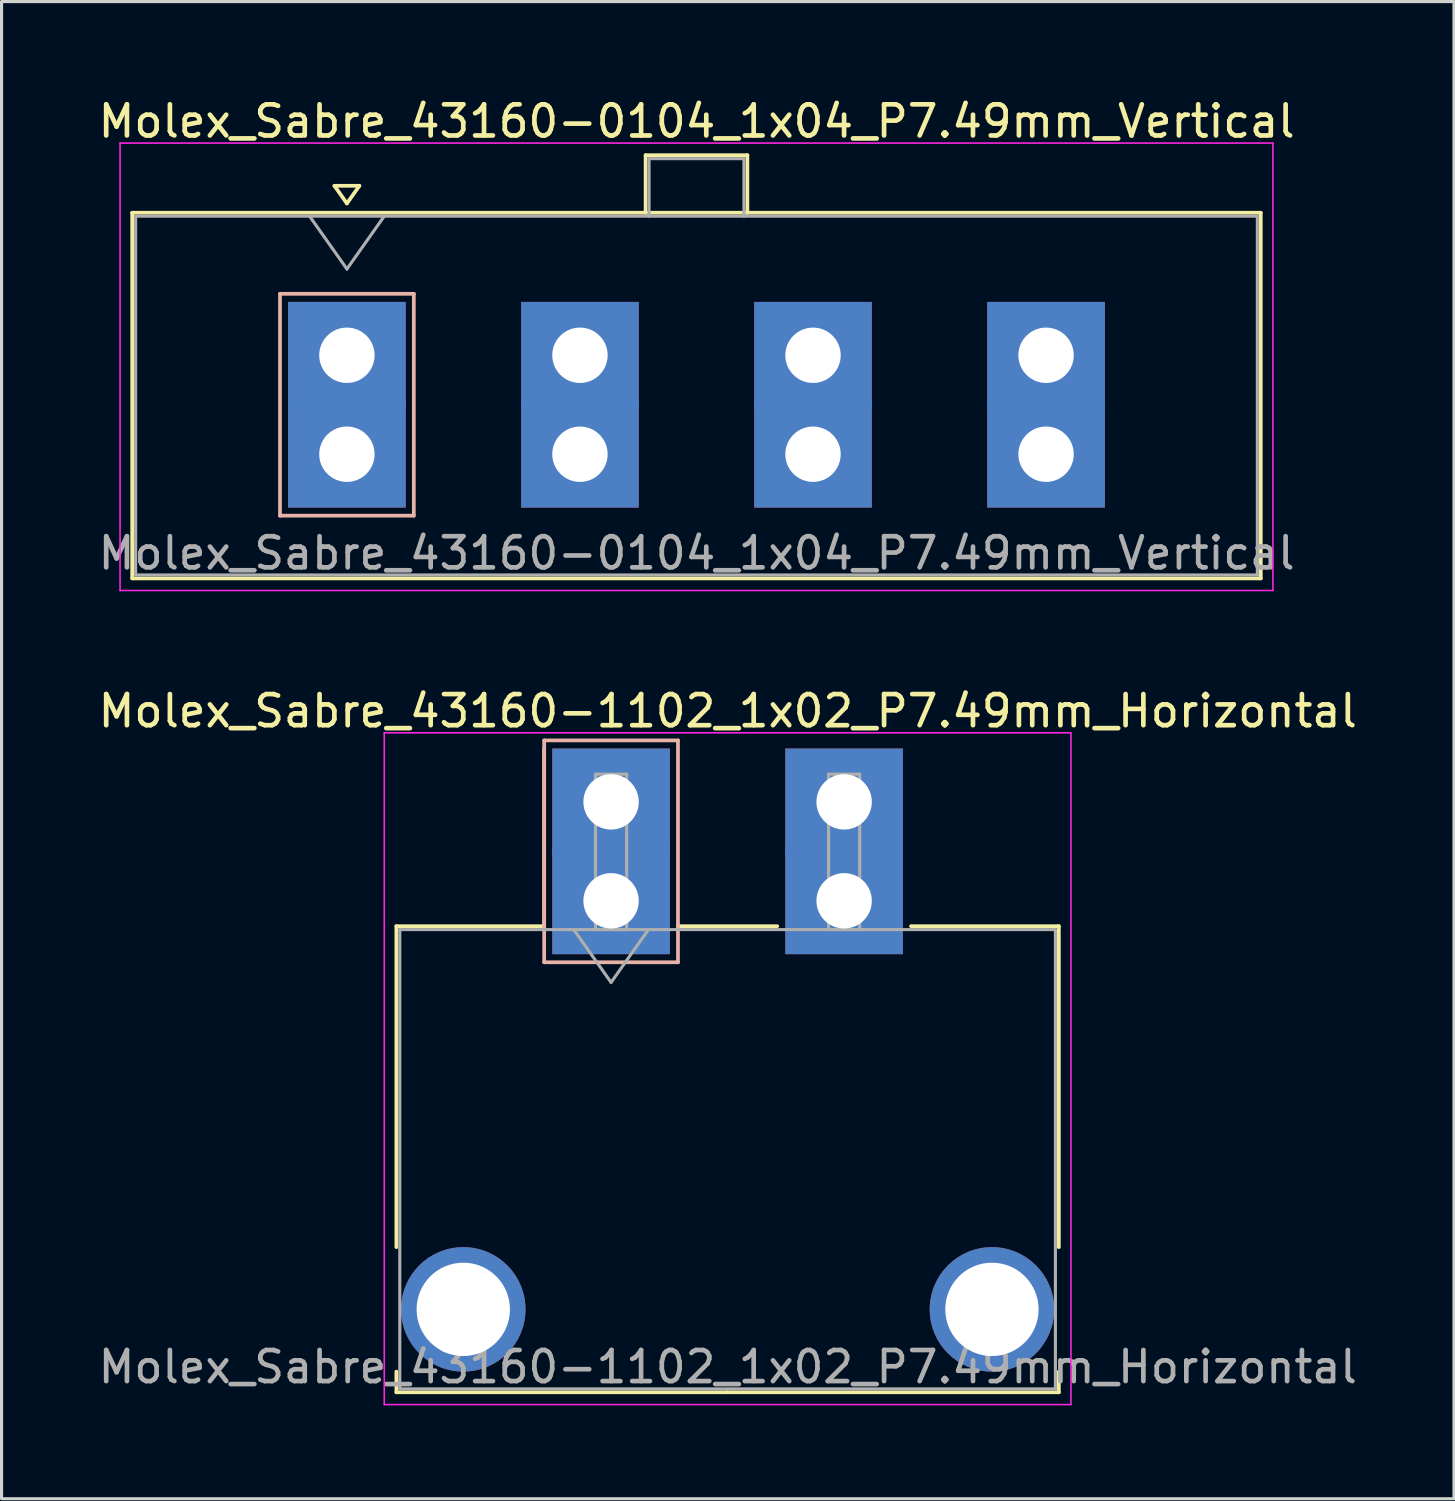
<source format=kicad_pcb>
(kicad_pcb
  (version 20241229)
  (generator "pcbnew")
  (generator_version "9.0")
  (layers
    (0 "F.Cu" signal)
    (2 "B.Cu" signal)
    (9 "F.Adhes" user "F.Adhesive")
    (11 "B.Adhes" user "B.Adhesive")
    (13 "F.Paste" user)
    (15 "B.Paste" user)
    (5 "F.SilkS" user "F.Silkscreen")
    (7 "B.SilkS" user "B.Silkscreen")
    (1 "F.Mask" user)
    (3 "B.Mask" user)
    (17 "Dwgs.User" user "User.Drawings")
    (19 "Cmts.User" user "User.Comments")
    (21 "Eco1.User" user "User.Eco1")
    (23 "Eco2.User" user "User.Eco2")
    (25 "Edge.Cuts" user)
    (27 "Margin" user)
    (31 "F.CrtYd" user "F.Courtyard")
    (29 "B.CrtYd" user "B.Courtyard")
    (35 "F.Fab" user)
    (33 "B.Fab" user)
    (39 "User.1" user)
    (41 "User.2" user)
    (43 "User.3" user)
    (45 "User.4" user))
  (footprint "Molex_Sabre_43160-1102_1x02_P7.49mm_Horizontal"
    (layer "F.Cu")
    (at 16.589 25.901)
    (property "Reference" "Molex_Sabre_43160-1102_1x02_P7.49mm_Horizontal" (at 3.75 -6.1 0) (layer "F.SilkS") (effects (font (size 1 1) (thickness 0.15))))
    (attr through_hole)
    (fp_line (start -6.9 0.815) (end -6.9 11.13) (stroke (width 0.12) (type solid)) (layer "F.SilkS"))
    (fp_line (start -6.9 15.13) (end -6.9 15.795) (stroke (width 0.12) (type solid)) (layer "F.SilkS"))
    (fp_line (start -6.9 15.795) (end 3.745 15.795) (stroke (width 0.12) (type solid)) (layer "F.SilkS"))
    (fp_line (start -2.15 0.815) (end -6.9 0.815) (stroke (width 0.12) (type solid)) (layer "F.SilkS"))
    (fp_line (start -2.15 0.815) (end -2.15 -4.895) (stroke (width 0.12) (type solid)) (layer "F.SilkS"))
    (fp_line (start 2.15 0.815) (end 5.34 0.815) (stroke (width 0.12) (type solid)) (layer "F.SilkS"))
    (fp_line (start 9.64 0.815) (end 14.39 0.815) (stroke (width 0.12) (type solid)) (layer "F.SilkS"))
    (fp_line (start 14.39 0.815) (end 14.39 11.13) (stroke (width 0.12) (type solid)) (layer "F.SilkS"))
    (fp_line (start 14.39 15.13) (end 14.39 15.795) (stroke (width 0.12) (type solid)) (layer "F.SilkS"))
    (fp_line (start 14.39 15.795) (end 3.745 15.795) (stroke (width 0.12) (type solid)) (layer "F.SilkS"))
    (fp_line (start -2.15 -5.155) (end -2.15 1.975) (stroke (width 0.12) (type solid)) (layer "B.SilkS"))
    (fp_line (start -2.15 1.975) (end 2.15 1.975) (stroke (width 0.12) (type solid)) (layer "B.SilkS"))
    (fp_line (start 2.15 -5.155) (end -2.15 -5.155) (stroke (width 0.12) (type solid)) (layer "B.SilkS"))
    (fp_line (start 2.15 1.975) (end 2.15 -5.155) (stroke (width 0.12) (type solid)) (layer "B.SilkS"))
    (fp_line (start -7.29 -5.4) (end -7.29 16.19) (stroke (width 0.05) (type solid)) (layer "F.CrtYd"))
    (fp_line (start -7.29 16.19) (end 14.78 16.19) (stroke (width 0.05) (type solid)) (layer "F.CrtYd"))
    (fp_line (start 14.78 -5.4) (end -7.29 -5.4) (stroke (width 0.05) (type solid)) (layer "F.CrtYd"))
    (fp_line (start 14.78 16.19) (end 14.78 -5.4) (stroke (width 0.05) (type solid)) (layer "F.CrtYd"))
    (fp_line (start -6.79 0.925) (end -6.79 15.685) (stroke (width 0.1) (type solid)) (layer "F.Fab"))
    (fp_line (start -6.79 15.685) (end 14.28 15.685) (stroke (width 0.1) (type solid)) (layer "F.Fab"))
    (fp_line (start -1.2 0.925) (end 0 2.622) (stroke (width 0.1) (type solid)) (layer "F.Fab"))
    (fp_line (start -0.5 -4.07) (end 0.5 -4.07) (stroke (width 0.1) (type solid)) (layer "F.Fab"))
    (fp_line (start -0.5 0.925) (end -0.5 -4.07) (stroke (width 0.1) (type solid)) (layer "F.Fab"))
    (fp_line (start 0 2.622) (end 1.2 0.925) (stroke (width 0.1) (type solid)) (layer "F.Fab"))
    (fp_line (start 0.5 -4.07) (end 0.5 0.925) (stroke (width 0.1) (type solid)) (layer "F.Fab"))
    (fp_line (start 0.5 0.925) (end -0.5 0.925) (stroke (width 0.1) (type solid)) (layer "F.Fab"))
    (fp_line (start 6.99 -4.07) (end 7.99 -4.07) (stroke (width 0.1) (type solid)) (layer "F.Fab"))
    (fp_line (start 6.99 0.925) (end 6.99 -4.07) (stroke (width 0.1) (type solid)) (layer "F.Fab"))
    (fp_line (start 7.99 -4.07) (end 7.99 0.925) (stroke (width 0.1) (type solid)) (layer "F.Fab"))
    (fp_line (start 7.99 0.925) (end 6.99 0.925) (stroke (width 0.1) (type solid)) (layer "F.Fab"))
    (fp_line (start 14.28 0.925) (end -6.79 0.925) (stroke (width 0.1) (type solid)) (layer "F.Fab"))
    (fp_line (start 14.28 15.685) (end 14.28 0.925) (stroke (width 0.1) (type solid)) (layer "F.Fab"))
    (fp_text user "${REFERENCE}" (at 3.75 14.98 0) (layer "F.Fab") (effects (font (size 1 1) (thickness 0.15))))
    (pad "" thru_hole circle (at -4.75 13.13) (size 4 4) (drill 3) (layers "*.Cu" "*.Mask"))
    (pad "" thru_hole circle (at 12.24 13.13) (size 4 4) (drill 3) (layers "*.Cu" "*.Mask"))
    (pad "1" thru_hole rect (at 0 -3.18) (size 3.78 3.43) (drill 1.78) (layers "*.Cu" "*.Mask"))
    (pad "1" thru_hole rect (at 0 0) (size 3.78 3.43) (drill 1.78) (layers "*.Cu" "*.Mask"))
    (pad "2" thru_hole rect (at 7.49 -3.18) (size 3.78 3.43) (drill 1.78) (layers "*.Cu" "*.Mask"))
    (pad "2" thru_hole rect (at 7.49 0) (size 3.78 3.43) (drill 1.78) (layers "*.Cu" "*.Mask")))
  (footprint "Molex_Sabre_43160-0104_1x04_P7.49mm_Vertical"
    (layer "F.Cu")
    (at 8.099 11.548)
    (property "Reference" "Molex_Sabre_43160-0104_1x04_P7.49mm_Vertical" (at 11.24 -10.7 0) (layer "F.SilkS") (effects (font (size 1 1) (thickness 0.15))))
    (attr through_hole)
    (fp_line (start -6.9 -7.76) (end -6.9 3.99) (stroke (width 0.12) (type solid)) (layer "F.SilkS"))
    (fp_line (start -6.9 3.99) (end 29.37 3.99) (stroke (width 0.12) (type solid)) (layer "F.SilkS"))
    (fp_line (start -0.4 -8.626) (end 0 -8.06) (stroke (width 0.12) (type solid)) (layer "F.SilkS"))
    (fp_line (start 0 -8.06) (end 0.4 -8.626) (stroke (width 0.12) (type solid)) (layer "F.SilkS"))
    (fp_line (start 0.4 -8.626) (end -0.4 -8.626) (stroke (width 0.12) (type solid)) (layer "F.SilkS"))
    (fp_line (start 9.6 -9.61) (end 12.87 -9.61) (stroke (width 0.12) (type solid)) (layer "F.SilkS"))
    (fp_line (start 9.6 -7.76) (end 9.6 -9.61) (stroke (width 0.12) (type solid)) (layer "F.SilkS"))
    (fp_line (start 12.87 -9.61) (end 12.87 -7.76) (stroke (width 0.12) (type solid)) (layer "F.SilkS"))
    (fp_line (start 29.37 -7.76) (end -6.9 -7.76) (stroke (width 0.12) (type solid)) (layer "F.SilkS"))
    (fp_line (start 29.37 3.99) (end 29.37 -7.76) (stroke (width 0.12) (type solid)) (layer "F.SilkS"))
    (fp_line (start -2.15 -5.155) (end -2.15 1.975) (stroke (width 0.12) (type solid)) (layer "B.SilkS"))
    (fp_line (start -2.15 1.975) (end 2.15 1.975) (stroke (width 0.12) (type solid)) (layer "B.SilkS"))
    (fp_line (start 2.15 -5.155) (end -2.15 -5.155) (stroke (width 0.12) (type solid)) (layer "B.SilkS"))
    (fp_line (start 2.15 1.975) (end 2.15 -5.155) (stroke (width 0.12) (type solid)) (layer "B.SilkS"))
    (fp_line (start -7.29 -10) (end -7.29 4.38) (stroke (width 0.05) (type solid)) (layer "F.CrtYd"))
    (fp_line (start -7.29 4.38) (end 29.76 4.38) (stroke (width 0.05) (type solid)) (layer "F.CrtYd"))
    (fp_line (start 29.76 -10) (end -7.29 -10) (stroke (width 0.05) (type solid)) (layer "F.CrtYd"))
    (fp_line (start 29.76 4.38) (end 29.76 -10) (stroke (width 0.05) (type solid)) (layer "F.CrtYd"))
    (fp_line (start -6.79 -7.65) (end -6.79 3.88) (stroke (width 0.1) (type solid)) (layer "F.Fab"))
    (fp_line (start -6.79 3.88) (end 29.26 3.88) (stroke (width 0.1) (type solid)) (layer "F.Fab"))
    (fp_line (start -1.2 -7.65) (end 0 -5.953) (stroke (width 0.1) (type solid)) (layer "F.Fab"))
    (fp_line (start 0 -5.953) (end 1.2 -7.65) (stroke (width 0.1) (type solid)) (layer "F.Fab"))
    (fp_line (start 9.71 -9.5) (end 12.76 -9.5) (stroke (width 0.1) (type solid)) (layer "F.Fab"))
    (fp_line (start 9.71 -7.65) (end 9.71 -9.5) (stroke (width 0.1) (type solid)) (layer "F.Fab"))
    (fp_line (start 12.76 -9.5) (end 12.76 -7.65) (stroke (width 0.1) (type solid)) (layer "F.Fab"))
    (fp_line (start 29.26 -7.65) (end -6.79 -7.65) (stroke (width 0.1) (type solid)) (layer "F.Fab"))
    (fp_line (start 29.26 3.88) (end 29.26 -7.65) (stroke (width 0.1) (type solid)) (layer "F.Fab"))
    (fp_text user "${REFERENCE}" (at 11.24 3.18 0) (layer "F.Fab") (effects (font (size 1 1) (thickness 0.15))))
    (pad "1" thru_hole rect (at 0 -3.18) (size 3.78 3.43) (drill 1.78) (layers "*.Cu" "*.Mask"))
    (pad "1" thru_hole rect (at 0 0) (size 3.78 3.43) (drill 1.78) (layers "*.Cu" "*.Mask"))
    (pad "2" thru_hole rect (at 7.49 -3.18) (size 3.78 3.43) (drill 1.78) (layers "*.Cu" "*.Mask"))
    (pad "2" thru_hole rect (at 7.49 0) (size 3.78 3.43) (drill 1.78) (layers "*.Cu" "*.Mask"))
    (pad "3" thru_hole rect (at 14.98 -3.18) (size 3.78 3.43) (drill 1.78) (layers "*.Cu" "*.Mask"))
    (pad "3" thru_hole rect (at 14.98 0) (size 3.78 3.43) (drill 1.78) (layers "*.Cu" "*.Mask"))
    (pad "4" thru_hole rect (at 22.47 -3.18) (size 3.78 3.43) (drill 1.78) (layers "*.Cu" "*.Mask"))
    (pad "4" thru_hole rect (at 22.47 0) (size 3.78 3.43) (drill 1.78) (layers "*.Cu" "*.Mask")))
  (gr_rect
    (start -3 -3)
    (end 43.679 45.117)
    (stroke (width 0.1) (type default))
    (fill no)
    (layer "Edge.Cuts")))
</source>
